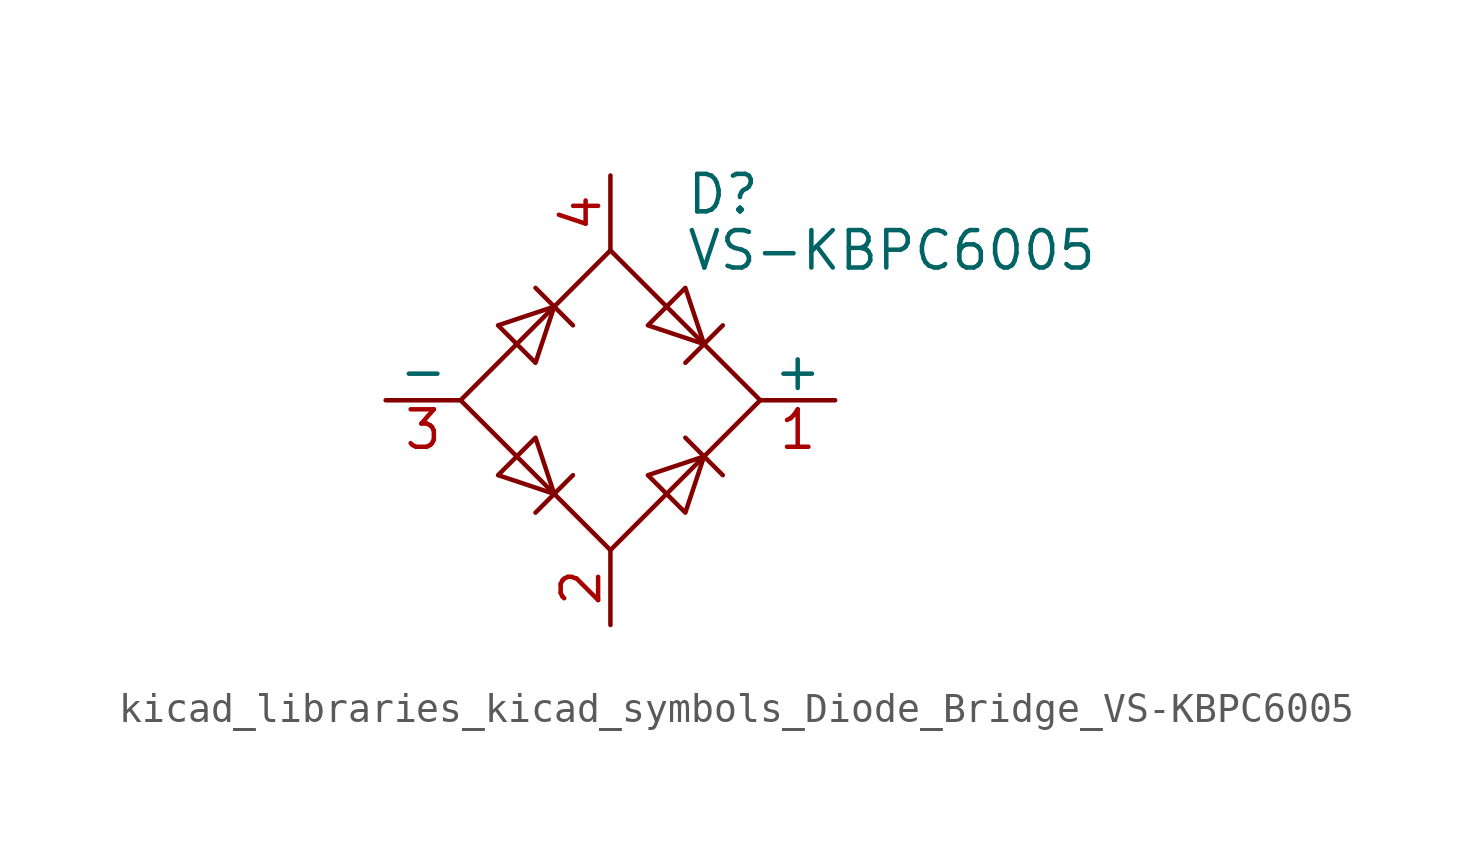
<source format=kicad_sym>
(kicad_symbol_lib
  (version 20220914)
  (generator kicad_symbol_editor)
  (symbol "kicad_libraries_kicad_symbols_Diode_Bridge_VS-KBPC6005"
    (pin_names
      (offset 0))
    (property "Reference" "D"
      (at 2.54 6.985 0)
      (effects (font (size 1.27 1.27)) (justify left)))
    (property "Value" "VS-KBPC6005"
      (at 2.54 5.08 0)
      (effects (font (size 1.27 1.27)) (justify left)))
    (symbol "kicad_libraries_kicad_symbols_Diode_Bridge_VS-KBPC6005_0_1"
      (polyline (pts (xy -2.54 3.81) (xy -1.27 2.54)) (stroke (width 0) (type default)) (fill (type none)))
      (polyline (pts (xy -1.27 -2.54) (xy -2.54 -3.81)) (stroke (width 0) (type default)) (fill (type none)))
      (polyline (pts (xy 2.54 -1.27) (xy 3.81 -2.54)) (stroke (width 0) (type default)) (fill (type none)))
      (polyline (pts (xy 2.54 1.27) (xy 3.81 2.54)) (stroke (width 0) (type default)) (fill (type none)))
      (polyline (pts (xy -3.81 2.54) (xy -2.54 1.27) (xy -1.905 3.175) (xy -3.81 2.54)) (stroke (width 0) (type default)) (fill (type none)))
      (polyline (pts (xy -2.54 -1.27) (xy -3.81 -2.54) (xy -1.905 -3.175) (xy -2.54 -1.27)) (stroke (width 0) (type default)) (fill (type none)))
      (polyline (pts (xy 1.27 2.54) (xy 2.54 3.81) (xy 3.175 1.905) (xy 1.27 2.54)) (stroke (width 0) (type default)) (fill (type none)))
      (polyline (pts (xy 3.175 -1.905) (xy 1.27 -2.54) (xy 2.54 -3.81) (xy 3.175 -1.905)) (stroke (width 0) (type default)) (fill (type none)))
      (polyline (pts (xy -5.08 0) (xy 0 -5.08) (xy 5.08 0) (xy 0 5.08) (xy -5.08 0)) (stroke (width 0) (type default)) (fill (type none))))
    (symbol "kicad_libraries_kicad_symbols_Diode_Bridge_VS-KBPC6005_1_1"
      (pin passive line (at 7.62 0 180) (length 2.54) (name "+" (effects (font (size 1.27 1.27)))) (number "1" (effects (font (size 1.27 1.27)))))
      (pin passive line (at 0 -7.62 90) (length 2.54) (name "~" (effects (font (size 1.27 1.27)))) (number "2" (effects (font (size 1.27 1.27)))))
      (pin passive line (at -7.62 0 0) (length 2.54) (name "-" (effects (font (size 1.27 1.27)))) (number "3" (effects (font (size 1.27 1.27)))))
      (pin passive line (at 0 7.62 270) (length 2.54) (name "~" (effects (font (size 1.27 1.27)))) (number "4" (effects (font (size 1.27 1.27))))))))
</source>
